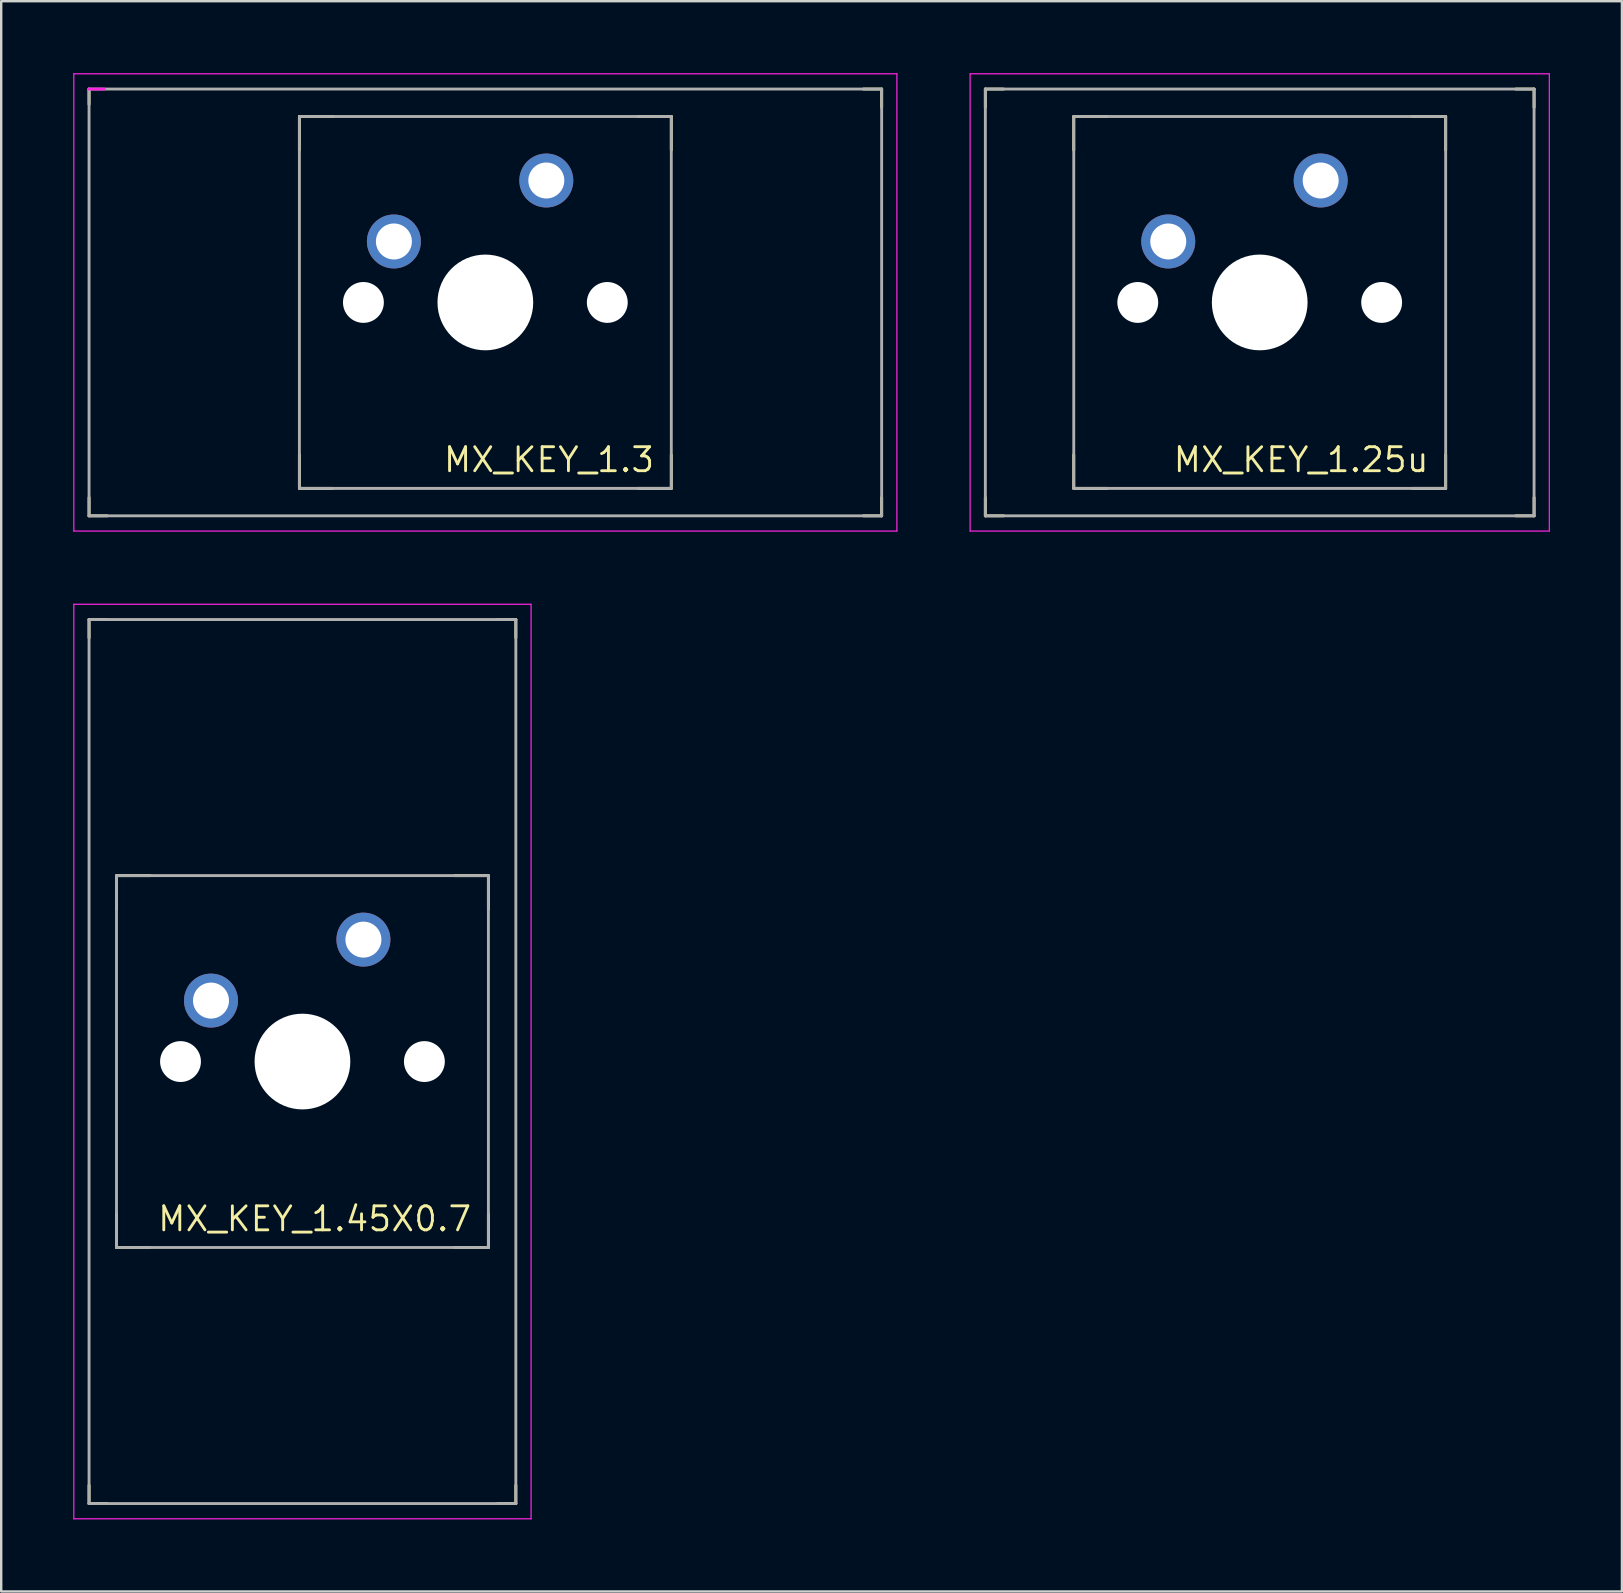
<source format=kicad_pcb>
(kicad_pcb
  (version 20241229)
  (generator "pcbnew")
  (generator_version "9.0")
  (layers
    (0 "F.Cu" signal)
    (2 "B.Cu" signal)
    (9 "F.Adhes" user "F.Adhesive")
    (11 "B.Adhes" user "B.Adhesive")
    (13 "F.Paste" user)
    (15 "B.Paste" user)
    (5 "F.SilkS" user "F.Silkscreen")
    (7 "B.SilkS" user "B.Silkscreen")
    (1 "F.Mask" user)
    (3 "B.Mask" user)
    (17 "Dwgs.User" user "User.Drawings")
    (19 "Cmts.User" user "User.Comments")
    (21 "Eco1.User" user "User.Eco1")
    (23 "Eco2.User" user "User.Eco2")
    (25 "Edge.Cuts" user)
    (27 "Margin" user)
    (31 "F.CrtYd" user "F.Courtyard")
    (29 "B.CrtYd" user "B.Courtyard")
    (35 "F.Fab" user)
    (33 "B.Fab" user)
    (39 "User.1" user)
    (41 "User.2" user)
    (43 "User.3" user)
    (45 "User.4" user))
  (footprint "MX_KEY_1.3"
    (layer "F.Cu")
    (at 17.17 9.55)
    (property "Reference" "MX_KEY_1.3" (at 7.112 5.969 0) (layer "F.SilkS") (effects (font (size 1 1) (thickness 0.12)) (justify right top)))
    (attr through_hole)
    (fp_line (start -16.51 -8.89) (end -16.51 -8.255) (stroke (width 0.12) (type solid)) (layer "F.SilkS"))
    (fp_line (start -16.51 8.128) (end -16.51 8.89) (stroke (width 0.12) (type solid)) (layer "F.SilkS"))
    (fp_line (start -16.51 8.89) (end -15.748 8.89) (stroke (width 0.12) (type solid)) (layer "F.SilkS"))
    (fp_line (start -7.747 -7.747) (end -7.747 -6.35) (stroke (width 0.12) (type solid)) (layer "F.SilkS"))
    (fp_line (start -7.747 6.35) (end -7.747 7.747) (stroke (width 0.12) (type solid)) (layer "F.SilkS"))
    (fp_line (start -7.747 7.747) (end -6.35 7.747) (stroke (width 0.12) (type solid)) (layer "F.SilkS"))
    (fp_line (start -6.35 -7.747) (end -7.747 -7.747) (stroke (width 0.12) (type solid)) (layer "F.SilkS"))
    (fp_line (start 6.35 -7.747) (end 7.747 -7.747) (stroke (width 0.12) (type solid)) (layer "F.SilkS"))
    (fp_line (start 6.35 7.747) (end 7.747 7.747) (stroke (width 0.12) (type solid)) (layer "F.SilkS"))
    (fp_line (start 7.747 -7.747) (end 7.747 -6.35) (stroke (width 0.12) (type solid)) (layer "F.SilkS"))
    (fp_line (start 7.747 7.747) (end 7.747 6.35) (stroke (width 0.12) (type solid)) (layer "F.SilkS"))
    (fp_line (start 15.748 -8.89) (end 16.51 -8.89) (stroke (width 0.12) (type solid)) (layer "F.SilkS"))
    (fp_line (start 15.748 8.89) (end 16.51 8.89) (stroke (width 0.12) (type solid)) (layer "F.SilkS"))
    (fp_line (start 16.51 -8.89) (end 16.51 -8.128) (stroke (width 0.12) (type solid)) (layer "F.SilkS"))
    (fp_line (start 16.51 8.89) (end 16.51 8.128) (stroke (width 0.12) (type solid)) (layer "F.SilkS"))
    (fp_line (start -17.145 -9.525) (end 17.145 -9.525) (stroke (width 0.05) (type solid)) (layer "F.CrtYd"))
    (fp_line (start -17.145 9.525) (end -17.145 -9.525) (stroke (width 0.05) (type solid)) (layer "F.CrtYd"))
    (fp_line (start -15.875 -8.89) (end -16.51 -8.89) (stroke (width 0.12) (type solid)) (layer "F.CrtYd"))
    (fp_line (start 17.145 -9.525) (end 17.145 9.525) (stroke (width 0.05) (type solid)) (layer "F.CrtYd"))
    (fp_line (start 17.145 9.525) (end -17.145 9.525) (stroke (width 0.05) (type solid)) (layer "F.CrtYd"))
    (fp_line (start -16.51 -8.89) (end 16.51 -8.89) (stroke (width 0.12) (type solid)) (layer "F.Fab"))
    (fp_line (start -16.51 8.89) (end -16.51 -8.89) (stroke (width 0.12) (type solid)) (layer "F.Fab"))
    (fp_line (start -7.747 -7.747) (end -7.747 7.747) (stroke (width 0.12) (type solid)) (layer "F.Fab"))
    (fp_line (start -7.747 7.747) (end 7.747 7.747) (stroke (width 0.12) (type solid)) (layer "F.Fab"))
    (fp_line (start 7.747 -7.747) (end -7.747 -7.747) (stroke (width 0.12) (type solid)) (layer "F.Fab"))
    (fp_line (start 7.747 7.747) (end 7.747 -7.747) (stroke (width 0.12) (type solid)) (layer "F.Fab"))
    (fp_line (start 16.51 -8.89) (end 16.51 8.89) (stroke (width 0.12) (type solid)) (layer "F.Fab"))
    (fp_line (start 16.51 8.89) (end -16.51 8.89) (stroke (width 0.12) (type solid)) (layer "F.Fab"))
    (pad "" np_thru_hole circle (at -5.08 0) (size 1.702 1.702) (drill 1.702) (layers "*.Cu" "*.Mask"))
    (pad "" np_thru_hole circle (at 0 0) (size 3.988 3.988) (drill 3.988) (layers "*.Cu" "*.Mask"))
    (pad "" np_thru_hole circle (at 5.08 0) (size 1.702 1.702) (drill 1.702) (layers "*.Cu" "*.Mask"))
    (pad "1" thru_hole circle (at -3.81 -2.54) (size 2.248 2.248) (drill 1.499) (layers "*.Cu" "*.Mask"))
    (pad "2" thru_hole circle (at 2.54 -5.08) (size 2.248 2.248) (drill 1.499) (layers "*.Cu" "*.Mask")))
  (footprint "MX_KEY_1.25u"
    (layer "F.Cu")
    (at 49.43 9.55)
    (property "Reference" "MX_KEY_1.25u" (at 7.112 5.969 0) (layer "F.SilkS") (effects (font (size 1 1) (thickness 0.12)) (justify right top)))
    (attr through_hole)
    (fp_line (start -11.43 -8.89) (end -10.668 -8.89) (stroke (width 0.12) (type solid)) (layer "F.SilkS"))
    (fp_line (start -11.43 -8.128) (end -11.43 -8.89) (stroke (width 0.12) (type solid)) (layer "F.SilkS"))
    (fp_line (start -11.43 8.128) (end -11.43 8.89) (stroke (width 0.12) (type solid)) (layer "F.SilkS"))
    (fp_line (start -11.43 8.89) (end -10.668 8.89) (stroke (width 0.12) (type solid)) (layer "F.SilkS"))
    (fp_line (start -7.747 -7.747) (end -7.747 -6.35) (stroke (width 0.12) (type solid)) (layer "F.SilkS"))
    (fp_line (start -7.747 6.35) (end -7.747 7.747) (stroke (width 0.12) (type solid)) (layer "F.SilkS"))
    (fp_line (start -7.747 7.747) (end -6.35 7.747) (stroke (width 0.12) (type solid)) (layer "F.SilkS"))
    (fp_line (start -6.35 -7.747) (end -7.747 -7.747) (stroke (width 0.12) (type solid)) (layer "F.SilkS"))
    (fp_line (start 6.35 -7.747) (end 7.747 -7.747) (stroke (width 0.12) (type solid)) (layer "F.SilkS"))
    (fp_line (start 6.35 7.747) (end 7.747 7.747) (stroke (width 0.12) (type solid)) (layer "F.SilkS"))
    (fp_line (start 7.747 -7.747) (end 7.747 -6.35) (stroke (width 0.12) (type solid)) (layer "F.SilkS"))
    (fp_line (start 7.747 7.747) (end 7.747 6.35) (stroke (width 0.12) (type solid)) (layer "F.SilkS"))
    (fp_line (start 10.668 8.89) (end 11.43 8.89) (stroke (width 0.12) (type solid)) (layer "F.SilkS"))
    (fp_line (start 11.43 -8.89) (end 10.668 -8.89) (stroke (width 0.12) (type solid)) (layer "F.SilkS"))
    (fp_line (start 11.43 -8.128) (end 11.43 -8.89) (stroke (width 0.12) (type solid)) (layer "F.SilkS"))
    (fp_line (start 11.43 8.89) (end 11.43 8.128) (stroke (width 0.12) (type solid)) (layer "F.SilkS"))
    (fp_line (start -12.065 -9.525) (end 12.065 -9.525) (stroke (width 0.05) (type solid)) (layer "F.CrtYd"))
    (fp_line (start -12.065 9.525) (end -12.065 -9.525) (stroke (width 0.05) (type solid)) (layer "F.CrtYd"))
    (fp_line (start 12.065 -9.525) (end 12.065 9.525) (stroke (width 0.05) (type solid)) (layer "F.CrtYd"))
    (fp_line (start 12.065 9.525) (end -12.065 9.525) (stroke (width 0.05) (type solid)) (layer "F.CrtYd"))
    (fp_line (start -11.43 -8.89) (end 11.43 -8.89) (stroke (width 0.12) (type solid)) (layer "F.Fab"))
    (fp_line (start -11.43 8.89) (end -11.43 -8.89) (stroke (width 0.12) (type solid)) (layer "F.Fab"))
    (fp_line (start -7.747 -7.747) (end -7.747 7.747) (stroke (width 0.12) (type solid)) (layer "F.Fab"))
    (fp_line (start -7.747 7.747) (end 7.747 7.747) (stroke (width 0.12) (type solid)) (layer "F.Fab"))
    (fp_line (start 7.747 -7.747) (end -7.747 -7.747) (stroke (width 0.12) (type solid)) (layer "F.Fab"))
    (fp_line (start 7.747 7.747) (end 7.747 -7.747) (stroke (width 0.12) (type solid)) (layer "F.Fab"))
    (fp_line (start 11.43 -8.89) (end 11.43 8.89) (stroke (width 0.12) (type solid)) (layer "F.Fab"))
    (fp_line (start 11.43 8.89) (end -11.43 8.89) (stroke (width 0.12) (type solid)) (layer "F.Fab"))
    (pad "" np_thru_hole circle (at -5.08 0) (size 1.702 1.702) (drill 1.702) (layers "*.Cu" "*.Mask"))
    (pad "" np_thru_hole circle (at 0 0) (size 3.988 3.988) (drill 3.988) (layers "*.Cu" "*.Mask"))
    (pad "" np_thru_hole circle (at 5.08 0) (size 1.702 1.702) (drill 1.702) (layers "*.Cu" "*.Mask"))
    (pad "1" thru_hole circle (at -3.81 -2.54) (size 2.248 2.248) (drill 1.499) (layers "*.Cu" "*.Mask"))
    (pad "2" thru_hole circle (at 2.54 -5.08) (size 2.248 2.248) (drill 1.499) (layers "*.Cu" "*.Mask")))
  (footprint "MX_KEY_1.45X0.7"
    (layer "F.Cu")
    (at 9.55 41.175)
    (property "Reference" "MX_KEY_1.45X0.7" (at 7.112 5.969 0) (layer "F.SilkS") (effects (font (size 1 1) (thickness 0.12)) (justify right top)))
    (attr through_hole)
    (fp_line (start -8.89 -18.415) (end -8.128 -18.415) (stroke (width 0.12) (type solid)) (layer "F.SilkS"))
    (fp_line (start -8.89 -17.653) (end -8.89 -18.415) (stroke (width 0.12) (type solid)) (layer "F.SilkS"))
    (fp_line (start -8.89 17.653) (end -8.89 18.415) (stroke (width 0.12) (type solid)) (layer "F.SilkS"))
    (fp_line (start -8.89 18.415) (end -8.128 18.415) (stroke (width 0.12) (type solid)) (layer "F.SilkS"))
    (fp_line (start -7.747 -7.747) (end -7.747 -6.35) (stroke (width 0.12) (type solid)) (layer "F.SilkS"))
    (fp_line (start -7.747 6.35) (end -7.747 7.747) (stroke (width 0.12) (type solid)) (layer "F.SilkS"))
    (fp_line (start -7.747 7.747) (end -6.35 7.747) (stroke (width 0.12) (type solid)) (layer "F.SilkS"))
    (fp_line (start -6.35 -7.747) (end -7.747 -7.747) (stroke (width 0.12) (type solid)) (layer "F.SilkS"))
    (fp_line (start 6.35 -7.747) (end 7.747 -7.747) (stroke (width 0.12) (type solid)) (layer "F.SilkS"))
    (fp_line (start 6.35 7.747) (end 7.747 7.747) (stroke (width 0.12) (type solid)) (layer "F.SilkS"))
    (fp_line (start 7.747 -7.747) (end 7.747 -6.35) (stroke (width 0.12) (type solid)) (layer "F.SilkS"))
    (fp_line (start 7.747 7.747) (end 7.747 6.35) (stroke (width 0.12) (type solid)) (layer "F.SilkS"))
    (fp_line (start 8.128 18.415) (end 8.89 18.415) (stroke (width 0.12) (type solid)) (layer "F.SilkS"))
    (fp_line (start 8.89 -18.415) (end 8.128 -18.415) (stroke (width 0.12) (type solid)) (layer "F.SilkS"))
    (fp_line (start 8.89 -17.653) (end 8.89 -18.415) (stroke (width 0.12) (type solid)) (layer "F.SilkS"))
    (fp_line (start 8.89 18.415) (end 8.89 17.653) (stroke (width 0.12) (type solid)) (layer "F.SilkS"))
    (fp_line (start -9.525 -19.05) (end 9.525 -19.05) (stroke (width 0.05) (type solid)) (layer "F.CrtYd"))
    (fp_line (start -9.525 19.05) (end -9.525 -19.05) (stroke (width 0.05) (type solid)) (layer "F.CrtYd"))
    (fp_line (start 9.525 -19.05) (end 9.525 19.05) (stroke (width 0.05) (type solid)) (layer "F.CrtYd"))
    (fp_line (start 9.525 19.05) (end -9.525 19.05) (stroke (width 0.05) (type solid)) (layer "F.CrtYd"))
    (fp_line (start -8.89 -18.415) (end 8.89 -18.415) (stroke (width 0.12) (type solid)) (layer "F.Fab"))
    (fp_line (start -8.89 18.415) (end -8.89 -18.415) (stroke (width 0.12) (type solid)) (layer "F.Fab"))
    (fp_line (start -7.747 -7.747) (end -7.747 7.747) (stroke (width 0.12) (type solid)) (layer "F.Fab"))
    (fp_line (start -7.747 7.747) (end 7.747 7.747) (stroke (width 0.12) (type solid)) (layer "F.Fab"))
    (fp_line (start 7.747 -7.747) (end -7.747 -7.747) (stroke (width 0.12) (type solid)) (layer "F.Fab"))
    (fp_line (start 7.747 7.747) (end 7.747 -7.747) (stroke (width 0.12) (type solid)) (layer "F.Fab"))
    (fp_line (start 8.89 -18.415) (end 8.89 18.415) (stroke (width 0.12) (type solid)) (layer "F.Fab"))
    (fp_line (start 8.89 18.415) (end -8.89 18.415) (stroke (width 0.12) (type solid)) (layer "F.Fab"))
    (pad "" np_thru_hole circle (at -5.08 0) (size 1.702 1.702) (drill 1.702) (layers "*.Cu" "*.Mask"))
    (pad "" np_thru_hole circle (at 0 0) (size 3.988 3.988) (drill 3.988) (layers "*.Cu" "*.Mask"))
    (pad "" np_thru_hole circle (at 5.08 0) (size 1.702 1.702) (drill 1.702) (layers "*.Cu" "*.Mask"))
    (pad "1" thru_hole circle (at -3.81 -2.54) (size 2.248 2.248) (drill 1.499) (layers "*.Cu" "*.Mask"))
    (pad "2" thru_hole circle (at 2.54 -5.08) (size 2.248 2.248) (drill 1.499) (layers "*.Cu" "*.Mask")))
  (gr_rect
    (start -3 -3)
    (end 64.52 63.25)
    (stroke (width 0.1) (type default))
    (fill no)
    (layer "Edge.Cuts")))
</source>
